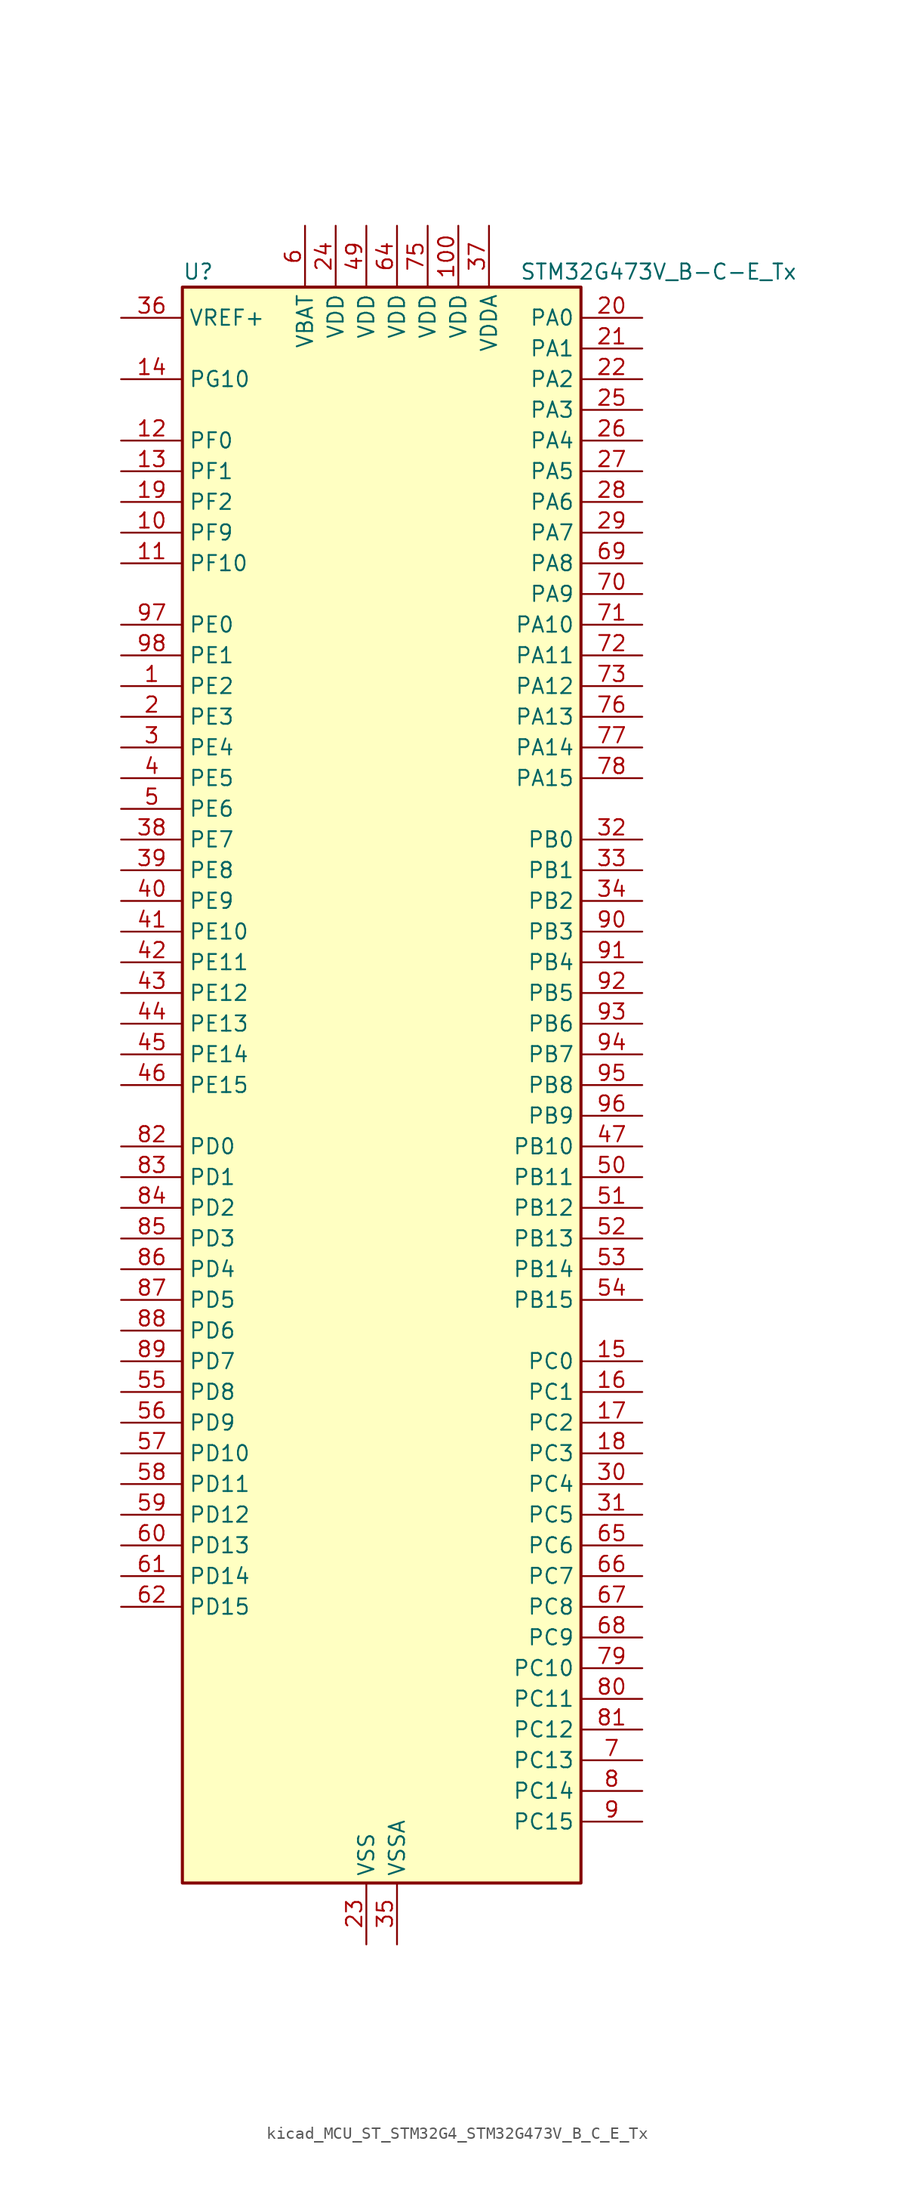
<source format=kicad_sym>
(kicad_symbol_lib
  (version 20220914)
  (generator kicad_symbol_editor)
  (symbol "kicad_MCU_ST_STM32G4_STM32G473V_B_C_E_Tx"
    (property "Reference" "U"
      (at -15.24 67.31 0)
      (effects (font (size 1.27 1.27)) (justify left)))
    (property "Value" "STM32G473V_B-C-E_Tx"
      (at 12.7 67.31 0)
      (effects (font (size 1.27 1.27)) (justify left)))
    (property "ki_locked" ""
      (at 0 0 0)
      (effects (font (size 1.27 1.27))))
    (symbol "kicad_MCU_ST_STM32G4_STM32G473V_B_C_E_Tx_0_1"
      (rectangle (start -15.24 -66.04) (end 17.78 66.04) (stroke (width 0.254) (type default)) (fill (type background))))
    (symbol "kicad_MCU_ST_STM32G4_STM32G473V_B_C_E_Tx_1_1"
      (pin bidirectional line (at -20.32 33.02 0) (length 5.08) (name "PE2" (effects (font (size 1.27 1.27)))) (number "1" (effects (font (size 1.27 1.27)))) (alternate "ADC3_EXTI2" bidirectional line) (alternate "ADC4_EXTI2" bidirectional line) (alternate "ADC5_EXTI2" bidirectional line) (alternate "FMC_A23" bidirectional line) (alternate "SAI1_CK1" bidirectional line) (alternate "SAI1_MCLK_A" bidirectional line) (alternate "SPI4_SCK" bidirectional line) (alternate "SYS_TRACECLK" bidirectional line) (alternate "TIM20_CH1" bidirectional line) (alternate "TIM3_CH1" bidirectional line))
      (pin bidirectional line (at -20.32 45.72 0) (length 5.08) (name "PF9" (effects (font (size 1.27 1.27)))) (number "10" (effects (font (size 1.27 1.27)))) (alternate "DAC1_EXTI9" bidirectional line) (alternate "DAC2_EXTI9" bidirectional line) (alternate "DAC3_EXTI9" bidirectional line) (alternate "DAC4_EXTI9" bidirectional line) (alternate "FMC_A25" bidirectional line) (alternate "QUADSPI1_BK1_IO1" bidirectional line) (alternate "SAI1_FS_B" bidirectional line) (alternate "SPI2_SCK" bidirectional line) (alternate "TIM15_CH1" bidirectional line) (alternate "TIM20_BKIN" bidirectional line) (alternate "TIM5_CH4" bidirectional line))
      (pin power_in line (at 7.62 71.12 270) (length 5.08) (name "VDD" (effects (font (size 1.27 1.27)))) (number "100" (effects (font (size 1.27 1.27)))))
      (pin bidirectional line (at -20.32 43.18 0) (length 5.08) (name "PF10" (effects (font (size 1.27 1.27)))) (number "11" (effects (font (size 1.27 1.27)))) (alternate "DAC1_EXTI10" bidirectional line) (alternate "DAC2_EXTI10" bidirectional line) (alternate "DAC3_EXTI10" bidirectional line) (alternate "DAC4_EXTI10" bidirectional line) (alternate "FMC_A0" bidirectional line) (alternate "QUADSPI1_CLK" bidirectional line) (alternate "SAI1_D3" bidirectional line) (alternate "SPI2_SCK" bidirectional line) (alternate "TIM15_CH2" bidirectional line) (alternate "TIM20_BKIN2" bidirectional line))
      (pin bidirectional line (at -20.32 53.34 0) (length 5.08) (name "PF0" (effects (font (size 1.27 1.27)))) (number "12" (effects (font (size 1.27 1.27)))) (alternate "ADC1_IN10" bidirectional line) (alternate "I2C2_SDA" bidirectional line) (alternate "I2S2_WS" bidirectional line) (alternate "RCC_OSC_IN" bidirectional line) (alternate "SPI2_NSS" bidirectional line) (alternate "TIM1_CH3N" bidirectional line))
      (pin bidirectional line (at -20.32 50.8 0) (length 5.08) (name "PF1" (effects (font (size 1.27 1.27)))) (number "13" (effects (font (size 1.27 1.27)))) (alternate "ADC2_IN10" bidirectional line) (alternate "COMP3_INM" bidirectional line) (alternate "I2S2_CK" bidirectional line) (alternate "RCC_OSC_OUT" bidirectional line) (alternate "SPI2_SCK" bidirectional line))
      (pin bidirectional line (at -20.32 58.42 0) (length 5.08) (name "PG10" (effects (font (size 1.27 1.27)))) (number "14" (effects (font (size 1.27 1.27)))) (alternate "DAC1_EXTI10" bidirectional line) (alternate "DAC2_EXTI10" bidirectional line) (alternate "DAC3_EXTI10" bidirectional line) (alternate "DAC4_EXTI10" bidirectional line) (alternate "RCC_MCO" bidirectional line))
      (pin bidirectional line (at 22.86 -22.86 180) (length 5.08) (name "PC0" (effects (font (size 1.27 1.27)))) (number "15" (effects (font (size 1.27 1.27)))) (alternate "ADC1_IN6" bidirectional line) (alternate "ADC2_IN6" bidirectional line) (alternate "COMP3_INM" bidirectional line) (alternate "LPTIM1_IN1" bidirectional line) (alternate "LPUART1_RX" bidirectional line) (alternate "TIM1_CH1" bidirectional line))
      (pin bidirectional line (at 22.86 -25.4 180) (length 5.08) (name "PC1" (effects (font (size 1.27 1.27)))) (number "16" (effects (font (size 1.27 1.27)))) (alternate "ADC1_IN7" bidirectional line) (alternate "ADC2_IN7" bidirectional line) (alternate "COMP3_INP" bidirectional line) (alternate "LPTIM1_OUT" bidirectional line) (alternate "LPUART1_TX" bidirectional line) (alternate "QUADSPI1_BK2_IO0" bidirectional line) (alternate "SAI1_SD_A" bidirectional line) (alternate "TIM1_CH2" bidirectional line))
      (pin bidirectional line (at 22.86 -27.94 180) (length 5.08) (name "PC2" (effects (font (size 1.27 1.27)))) (number "17" (effects (font (size 1.27 1.27)))) (alternate "ADC1_IN8" bidirectional line) (alternate "ADC2_IN8" bidirectional line) (alternate "ADC3_EXTI2" bidirectional line) (alternate "ADC4_EXTI2" bidirectional line) (alternate "ADC5_EXTI2" bidirectional line) (alternate "COMP3_OUT" bidirectional line) (alternate "LPTIM1_IN2" bidirectional line) (alternate "QUADSPI1_BK2_IO1" bidirectional line) (alternate "TIM1_CH3" bidirectional line) (alternate "TIM20_CH2" bidirectional line))
      (pin bidirectional line (at 22.86 -30.48 180) (length 5.08) (name "PC3" (effects (font (size 1.27 1.27)))) (number "18" (effects (font (size 1.27 1.27)))) (alternate "ADC1_IN9" bidirectional line) (alternate "ADC2_IN9" bidirectional line) (alternate "ADC3_EXTI3" bidirectional line) (alternate "ADC4_EXTI3" bidirectional line) (alternate "ADC5_EXTI3" bidirectional line) (alternate "LPTIM1_ETR" bidirectional line) (alternate "OPAMP5_VINP" bidirectional line) (alternate "OPAMP5_VINP_SEC" bidirectional line) (alternate "QUADSPI1_BK2_IO2" bidirectional line) (alternate "SAI1_D1" bidirectional line) (alternate "SAI1_SD_A" bidirectional line) (alternate "TIM1_BKIN2" bidirectional line) (alternate "TIM1_CH4" bidirectional line))
      (pin bidirectional line (at -20.32 48.26 0) (length 5.08) (name "PF2" (effects (font (size 1.27 1.27)))) (number "19" (effects (font (size 1.27 1.27)))) (alternate "ADC3_EXTI2" bidirectional line) (alternate "ADC4_EXTI2" bidirectional line) (alternate "ADC5_EXTI2" bidirectional line) (alternate "FMC_A2" bidirectional line) (alternate "I2C2_SMBA" bidirectional line) (alternate "TIM20_CH3" bidirectional line))
      (pin bidirectional line (at -20.32 30.48 0) (length 5.08) (name "PE3" (effects (font (size 1.27 1.27)))) (number "2" (effects (font (size 1.27 1.27)))) (alternate "ADC3_EXTI3" bidirectional line) (alternate "ADC4_EXTI3" bidirectional line) (alternate "ADC5_EXTI3" bidirectional line) (alternate "FMC_A19" bidirectional line) (alternate "SAI1_SD_B" bidirectional line) (alternate "SPI4_NSS" bidirectional line) (alternate "SYS_TRACED0" bidirectional line) (alternate "TIM20_CH2" bidirectional line) (alternate "TIM3_CH2" bidirectional line))
      (pin bidirectional line (at 22.86 63.5 180) (length 5.08) (name "PA0" (effects (font (size 1.27 1.27)))) (number "20" (effects (font (size 1.27 1.27)))) (alternate "ADC1_IN1" bidirectional line) (alternate "ADC2_IN1" bidirectional line) (alternate "COMP1_INM" bidirectional line) (alternate "COMP1_OUT" bidirectional line) (alternate "COMP3_INP" bidirectional line) (alternate "RTC_TAMP2" bidirectional line) (alternate "SYS_WKUP1" bidirectional line) (alternate "TIM2_CH1" bidirectional line) (alternate "TIM2_ETR" bidirectional line) (alternate "TIM5_CH1" bidirectional line) (alternate "TIM8_BKIN" bidirectional line) (alternate "TIM8_ETR" bidirectional line) (alternate "USART2_CTS" bidirectional line) (alternate "USART2_NSS" bidirectional line))
      (pin bidirectional line (at 22.86 60.96 180) (length 5.08) (name "PA1" (effects (font (size 1.27 1.27)))) (number "21" (effects (font (size 1.27 1.27)))) (alternate "ADC1_IN2" bidirectional line) (alternate "ADC2_IN2" bidirectional line) (alternate "COMP1_INP" bidirectional line) (alternate "OPAMP1_VINP" bidirectional line) (alternate "OPAMP1_VINP_SEC" bidirectional line) (alternate "OPAMP3_VINP" bidirectional line) (alternate "OPAMP3_VINP_SEC" bidirectional line) (alternate "OPAMP6_VINM" bidirectional line) (alternate "OPAMP6_VINM0" bidirectional line) (alternate "OPAMP6_VINM_SEC" bidirectional line) (alternate "RTC_REFIN" bidirectional line) (alternate "TIM15_CH1N" bidirectional line) (alternate "TIM2_CH2" bidirectional line) (alternate "TIM5_CH2" bidirectional line) (alternate "USART2_DE" bidirectional line) (alternate "USART2_RTS" bidirectional line))
      (pin bidirectional line (at 22.86 58.42 180) (length 5.08) (name "PA2" (effects (font (size 1.27 1.27)))) (number "22" (effects (font (size 1.27 1.27)))) (alternate "ADC1_IN3" bidirectional line) (alternate "ADC3_EXTI2" bidirectional line) (alternate "ADC4_EXTI2" bidirectional line) (alternate "ADC5_EXTI2" bidirectional line) (alternate "COMP2_INM" bidirectional line) (alternate "COMP2_OUT" bidirectional line) (alternate "LPUART1_TX" bidirectional line) (alternate "OPAMP1_VOUT" bidirectional line) (alternate "QUADSPI1_BK1_NCS" bidirectional line) (alternate "RCC_LSCO" bidirectional line) (alternate "SYS_WKUP4" bidirectional line) (alternate "TIM15_CH1" bidirectional line) (alternate "TIM2_CH3" bidirectional line) (alternate "TIM5_CH3" bidirectional line) (alternate "UCPD1_FRSTX1" bidirectional line) (alternate "UCPD1_FRSTX2" bidirectional line) (alternate "USART2_TX" bidirectional line))
      (pin power_in line (at 0 -71.12 90) (length 5.08) (name "VSS" (effects (font (size 1.27 1.27)))) (number "23" (effects (font (size 1.27 1.27)))))
      (pin power_in line (at -2.54 71.12 270) (length 5.08) (name "VDD" (effects (font (size 1.27 1.27)))) (number "24" (effects (font (size 1.27 1.27)))))
      (pin bidirectional line (at 22.86 55.88 180) (length 5.08) (name "PA3" (effects (font (size 1.27 1.27)))) (number "25" (effects (font (size 1.27 1.27)))) (alternate "ADC1_IN4" bidirectional line) (alternate "ADC3_EXTI3" bidirectional line) (alternate "ADC4_EXTI3" bidirectional line) (alternate "ADC5_EXTI3" bidirectional line) (alternate "COMP2_INP" bidirectional line) (alternate "LPUART1_RX" bidirectional line) (alternate "OPAMP1_VINM" bidirectional line) (alternate "OPAMP1_VINM0" bidirectional line) (alternate "OPAMP1_VINM_SEC" bidirectional line) (alternate "OPAMP1_VINP" bidirectional line) (alternate "OPAMP1_VINP_SEC" bidirectional line) (alternate "OPAMP5_VINM" bidirectional line) (alternate "OPAMP5_VINM1" bidirectional line) (alternate "OPAMP5_VINM_SEC" bidirectional line) (alternate "QUADSPI1_CLK" bidirectional line) (alternate "SAI1_CK1" bidirectional line) (alternate "SAI1_MCLK_A" bidirectional line) (alternate "TIM15_CH2" bidirectional line) (alternate "TIM2_CH4" bidirectional line) (alternate "TIM5_CH4" bidirectional line) (alternate "USART2_RX" bidirectional line))
      (pin bidirectional line (at 22.86 53.34 180) (length 5.08) (name "PA4" (effects (font (size 1.27 1.27)))) (number "26" (effects (font (size 1.27 1.27)))) (alternate "ADC2_IN17" bidirectional line) (alternate "COMP1_INM" bidirectional line) (alternate "DAC1_OUT1" bidirectional line) (alternate "I2S3_WS" bidirectional line) (alternate "SAI1_FS_B" bidirectional line) (alternate "SPI1_NSS" bidirectional line) (alternate "SPI3_NSS" bidirectional line) (alternate "TIM3_CH2" bidirectional line) (alternate "USART2_CK" bidirectional line))
      (pin bidirectional line (at 22.86 50.8 180) (length 5.08) (name "PA5" (effects (font (size 1.27 1.27)))) (number "27" (effects (font (size 1.27 1.27)))) (alternate "ADC2_IN13" bidirectional line) (alternate "COMP2_INM" bidirectional line) (alternate "DAC1_OUT2" bidirectional line) (alternate "OPAMP2_VINM" bidirectional line) (alternate "OPAMP2_VINM0" bidirectional line) (alternate "OPAMP2_VINM_SEC" bidirectional line) (alternate "SPI1_SCK" bidirectional line) (alternate "TIM2_CH1" bidirectional line) (alternate "TIM2_ETR" bidirectional line) (alternate "UCPD1_FRSTX1" bidirectional line) (alternate "UCPD1_FRSTX2" bidirectional line))
      (pin bidirectional line (at 22.86 48.26 180) (length 5.08) (name "PA6" (effects (font (size 1.27 1.27)))) (number "28" (effects (font (size 1.27 1.27)))) (alternate "ADC2_IN3" bidirectional line) (alternate "COMP1_OUT" bidirectional line) (alternate "DAC2_OUT1" bidirectional line) (alternate "LPUART1_CTS" bidirectional line) (alternate "OPAMP2_VOUT" bidirectional line) (alternate "QUADSPI1_BK1_IO3" bidirectional line) (alternate "SPI1_MISO" bidirectional line) (alternate "TIM16_CH1" bidirectional line) (alternate "TIM1_BKIN" bidirectional line) (alternate "TIM3_CH1" bidirectional line) (alternate "TIM8_BKIN" bidirectional line))
      (pin bidirectional line (at 22.86 45.72 180) (length 5.08) (name "PA7" (effects (font (size 1.27 1.27)))) (number "29" (effects (font (size 1.27 1.27)))) (alternate "ADC2_IN4" bidirectional line) (alternate "COMP2_INP" bidirectional line) (alternate "COMP2_OUT" bidirectional line) (alternate "OPAMP1_VINP" bidirectional line) (alternate "OPAMP1_VINP_SEC" bidirectional line) (alternate "OPAMP2_VINP" bidirectional line) (alternate "OPAMP2_VINP_SEC" bidirectional line) (alternate "QUADSPI1_BK1_IO2" bidirectional line) (alternate "SPI1_MOSI" bidirectional line) (alternate "TIM17_CH1" bidirectional line) (alternate "TIM1_CH1N" bidirectional line) (alternate "TIM3_CH2" bidirectional line) (alternate "TIM8_CH1N" bidirectional line) (alternate "UCPD1_FRSTX1" bidirectional line) (alternate "UCPD1_FRSTX2" bidirectional line))
      (pin bidirectional line (at -20.32 27.94 0) (length 5.08) (name "PE4" (effects (font (size 1.27 1.27)))) (number "3" (effects (font (size 1.27 1.27)))) (alternate "FMC_A20" bidirectional line) (alternate "SAI1_D2" bidirectional line) (alternate "SAI1_FS_A" bidirectional line) (alternate "SPI4_NSS" bidirectional line) (alternate "SYS_TRACED1" bidirectional line) (alternate "TIM20_CH1N" bidirectional line) (alternate "TIM3_CH3" bidirectional line))
      (pin bidirectional line (at 22.86 -33.02 180) (length 5.08) (name "PC4" (effects (font (size 1.27 1.27)))) (number "30" (effects (font (size 1.27 1.27)))) (alternate "ADC2_IN5" bidirectional line) (alternate "I2C2_SCL" bidirectional line) (alternate "QUADSPI1_BK2_IO3" bidirectional line) (alternate "TIM1_ETR" bidirectional line) (alternate "USART1_TX" bidirectional line))
      (pin bidirectional line (at 22.86 -35.56 180) (length 5.08) (name "PC5" (effects (font (size 1.27 1.27)))) (number "31" (effects (font (size 1.27 1.27)))) (alternate "ADC2_IN11" bidirectional line) (alternate "OPAMP1_VINM" bidirectional line) (alternate "OPAMP1_VINM1" bidirectional line) (alternate "OPAMP1_VINM_SEC" bidirectional line) (alternate "OPAMP2_VINM" bidirectional line) (alternate "OPAMP2_VINM1" bidirectional line) (alternate "OPAMP2_VINM_SEC" bidirectional line) (alternate "SAI1_D3" bidirectional line) (alternate "SYS_WKUP5" bidirectional line) (alternate "TIM15_BKIN" bidirectional line) (alternate "TIM1_CH4N" bidirectional line) (alternate "USART1_RX" bidirectional line))
      (pin bidirectional line (at 22.86 20.32 180) (length 5.08) (name "PB0" (effects (font (size 1.27 1.27)))) (number "32" (effects (font (size 1.27 1.27)))) (alternate "ADC1_IN15" bidirectional line) (alternate "ADC3_IN12" bidirectional line) (alternate "COMP4_INP" bidirectional line) (alternate "OPAMP2_VINP" bidirectional line) (alternate "OPAMP2_VINP_SEC" bidirectional line) (alternate "OPAMP3_VINP" bidirectional line) (alternate "OPAMP3_VINP_SEC" bidirectional line) (alternate "QUADSPI1_BK1_IO1" bidirectional line) (alternate "TIM1_CH2N" bidirectional line) (alternate "TIM3_CH3" bidirectional line) (alternate "TIM8_CH2N" bidirectional line) (alternate "UCPD1_FRSTX1" bidirectional line) (alternate "UCPD1_FRSTX2" bidirectional line))
      (pin bidirectional line (at 22.86 17.78 180) (length 5.08) (name "PB1" (effects (font (size 1.27 1.27)))) (number "33" (effects (font (size 1.27 1.27)))) (alternate "ADC1_IN12" bidirectional line) (alternate "ADC3_IN1" bidirectional line) (alternate "COMP1_INP" bidirectional line) (alternate "COMP4_OUT" bidirectional line) (alternate "LPUART1_DE" bidirectional line) (alternate "LPUART1_RTS" bidirectional line) (alternate "OPAMP3_VOUT" bidirectional line) (alternate "OPAMP6_VINM" bidirectional line) (alternate "OPAMP6_VINM1" bidirectional line) (alternate "OPAMP6_VINM_SEC" bidirectional line) (alternate "QUADSPI1_BK1_IO0" bidirectional line) (alternate "TIM1_CH3N" bidirectional line) (alternate "TIM3_CH4" bidirectional line) (alternate "TIM8_CH3N" bidirectional line))
      (pin bidirectional line (at 22.86 15.24 180) (length 5.08) (name "PB2" (effects (font (size 1.27 1.27)))) (number "34" (effects (font (size 1.27 1.27)))) (alternate "ADC2_IN12" bidirectional line) (alternate "ADC3_EXTI2" bidirectional line) (alternate "ADC4_EXTI2" bidirectional line) (alternate "ADC5_EXTI2" bidirectional line) (alternate "COMP4_INM" bidirectional line) (alternate "I2C3_SMBA" bidirectional line) (alternate "LPTIM1_OUT" bidirectional line) (alternate "OPAMP3_VINM" bidirectional line) (alternate "OPAMP3_VINM0" bidirectional line) (alternate "OPAMP3_VINM_SEC" bidirectional line) (alternate "QUADSPI1_BK2_IO1" bidirectional line) (alternate "RTC_OUT2" bidirectional line) (alternate "TIM20_CH1" bidirectional line) (alternate "TIM5_CH1" bidirectional line))
      (pin power_in line (at 2.54 -71.12 90) (length 5.08) (name "VSSA" (effects (font (size 1.27 1.27)))) (number "35" (effects (font (size 1.27 1.27)))))
      (pin input line (at -20.32 63.5 0) (length 5.08) (name "VREF+" (effects (font (size 1.27 1.27)))) (number "36" (effects (font (size 1.27 1.27)))) (alternate "VREFBUF_OUT" bidirectional line))
      (pin power_in line (at 10.16 71.12 270) (length 5.08) (name "VDDA" (effects (font (size 1.27 1.27)))) (number "37" (effects (font (size 1.27 1.27)))))
      (pin bidirectional line (at -20.32 20.32 0) (length 5.08) (name "PE7" (effects (font (size 1.27 1.27)))) (number "38" (effects (font (size 1.27 1.27)))) (alternate "ADC3_IN4" bidirectional line) (alternate "COMP4_INP" bidirectional line) (alternate "FMC_D4" bidirectional line) (alternate "FMC_DA4" bidirectional line) (alternate "SAI1_SD_B" bidirectional line) (alternate "TIM1_ETR" bidirectional line))
      (pin bidirectional line (at -20.32 17.78 0) (length 5.08) (name "PE8" (effects (font (size 1.27 1.27)))) (number "39" (effects (font (size 1.27 1.27)))) (alternate "ADC3_IN6" bidirectional line) (alternate "ADC4_IN6" bidirectional line) (alternate "ADC5_IN6" bidirectional line) (alternate "COMP4_INM" bidirectional line) (alternate "FMC_D5" bidirectional line) (alternate "FMC_DA5" bidirectional line) (alternate "SAI1_SCK_B" bidirectional line) (alternate "TIM1_CH1N" bidirectional line) (alternate "TIM5_CH3" bidirectional line))
      (pin bidirectional line (at -20.32 25.4 0) (length 5.08) (name "PE5" (effects (font (size 1.27 1.27)))) (number "4" (effects (font (size 1.27 1.27)))) (alternate "FMC_A21" bidirectional line) (alternate "SAI1_CK2" bidirectional line) (alternate "SAI1_SCK_A" bidirectional line) (alternate "SPI4_MISO" bidirectional line) (alternate "SYS_TRACED2" bidirectional line) (alternate "TIM20_CH2N" bidirectional line) (alternate "TIM3_CH4" bidirectional line))
      (pin bidirectional line (at -20.32 15.24 0) (length 5.08) (name "PE9" (effects (font (size 1.27 1.27)))) (number "40" (effects (font (size 1.27 1.27)))) (alternate "ADC3_IN2" bidirectional line) (alternate "DAC1_EXTI9" bidirectional line) (alternate "DAC2_EXTI9" bidirectional line) (alternate "DAC3_EXTI9" bidirectional line) (alternate "DAC4_EXTI9" bidirectional line) (alternate "FMC_D6" bidirectional line) (alternate "FMC_DA6" bidirectional line) (alternate "SAI1_FS_B" bidirectional line) (alternate "TIM1_CH1" bidirectional line) (alternate "TIM5_CH4" bidirectional line))
      (pin bidirectional line (at -20.32 12.7 0) (length 5.08) (name "PE10" (effects (font (size 1.27 1.27)))) (number "41" (effects (font (size 1.27 1.27)))) (alternate "ADC3_IN14" bidirectional line) (alternate "ADC4_IN14" bidirectional line) (alternate "ADC5_IN14" bidirectional line) (alternate "DAC1_EXTI10" bidirectional line) (alternate "DAC2_EXTI10" bidirectional line) (alternate "DAC3_EXTI10" bidirectional line) (alternate "DAC4_EXTI10" bidirectional line) (alternate "FMC_D7" bidirectional line) (alternate "FMC_DA7" bidirectional line) (alternate "QUADSPI1_CLK" bidirectional line) (alternate "SAI1_MCLK_B" bidirectional line) (alternate "TIM1_CH2N" bidirectional line))
      (pin bidirectional line (at -20.32 10.16 0) (length 5.08) (name "PE11" (effects (font (size 1.27 1.27)))) (number "42" (effects (font (size 1.27 1.27)))) (alternate "ADC1_EXTI11" bidirectional line) (alternate "ADC2_EXTI11" bidirectional line) (alternate "ADC3_IN15" bidirectional line) (alternate "ADC4_IN15" bidirectional line) (alternate "ADC5_IN15" bidirectional line) (alternate "FMC_D8" bidirectional line) (alternate "FMC_DA8" bidirectional line) (alternate "QUADSPI1_BK1_NCS" bidirectional line) (alternate "SPI4_NSS" bidirectional line) (alternate "TIM1_CH2" bidirectional line))
      (pin bidirectional line (at -20.32 7.62 0) (length 5.08) (name "PE12" (effects (font (size 1.27 1.27)))) (number "43" (effects (font (size 1.27 1.27)))) (alternate "ADC3_IN16" bidirectional line) (alternate "ADC4_IN16" bidirectional line) (alternate "ADC5_IN16" bidirectional line) (alternate "FMC_D9" bidirectional line) (alternate "FMC_DA9" bidirectional line) (alternate "QUADSPI1_BK1_IO0" bidirectional line) (alternate "SPI4_SCK" bidirectional line) (alternate "TIM1_CH3N" bidirectional line))
      (pin bidirectional line (at -20.32 5.08 0) (length 5.08) (name "PE13" (effects (font (size 1.27 1.27)))) (number "44" (effects (font (size 1.27 1.27)))) (alternate "ADC3_IN3" bidirectional line) (alternate "FMC_D10" bidirectional line) (alternate "FMC_DA10" bidirectional line) (alternate "QUADSPI1_BK1_IO1" bidirectional line) (alternate "SPI4_MISO" bidirectional line) (alternate "TIM1_CH3" bidirectional line))
      (pin bidirectional line (at -20.32 2.54 0) (length 5.08) (name "PE14" (effects (font (size 1.27 1.27)))) (number "45" (effects (font (size 1.27 1.27)))) (alternate "ADC4_IN1" bidirectional line) (alternate "FMC_D11" bidirectional line) (alternate "FMC_DA11" bidirectional line) (alternate "QUADSPI1_BK1_IO2" bidirectional line) (alternate "SPI4_MOSI" bidirectional line) (alternate "TIM1_BKIN2" bidirectional line) (alternate "TIM1_CH4" bidirectional line))
      (pin bidirectional line (at -20.32 0 0) (length 5.08) (name "PE15" (effects (font (size 1.27 1.27)))) (number "46" (effects (font (size 1.27 1.27)))) (alternate "ADC1_EXTI15" bidirectional line) (alternate "ADC2_EXTI15" bidirectional line) (alternate "ADC4_IN2" bidirectional line) (alternate "FMC_D12" bidirectional line) (alternate "FMC_DA12" bidirectional line) (alternate "QUADSPI1_BK1_IO3" bidirectional line) (alternate "TIM1_BKIN" bidirectional line) (alternate "TIM1_CH4N" bidirectional line) (alternate "USART3_RX" bidirectional line))
      (pin bidirectional line (at 22.86 -5.08 180) (length 5.08) (name "PB10" (effects (font (size 1.27 1.27)))) (number "47" (effects (font (size 1.27 1.27)))) (alternate "COMP5_INM" bidirectional line) (alternate "DAC1_EXTI10" bidirectional line) (alternate "DAC2_EXTI10" bidirectional line) (alternate "DAC3_EXTI10" bidirectional line) (alternate "DAC4_EXTI10" bidirectional line) (alternate "LPUART1_RX" bidirectional line) (alternate "OPAMP3_VINM" bidirectional line) (alternate "OPAMP3_VINM1" bidirectional line) (alternate "OPAMP3_VINM_SEC" bidirectional line) (alternate "OPAMP4_VINM" bidirectional line) (alternate "OPAMP4_VINM0" bidirectional line) (alternate "OPAMP4_VINM_SEC" bidirectional line) (alternate "QUADSPI1_CLK" bidirectional line) (alternate "SAI1_SCK_A" bidirectional line) (alternate "TIM1_BKIN" bidirectional line) (alternate "TIM2_CH3" bidirectional line) (alternate "USART3_TX" bidirectional line))
      (pin passive line (at 0 -71.12 90) (length 5.08) hide (name "VSS" (effects (font (size 1.27 1.27)))) (number "48" (effects (font (size 1.27 1.27)))))
      (pin power_in line (at 0 71.12 270) (length 5.08) (name "VDD" (effects (font (size 1.27 1.27)))) (number "49" (effects (font (size 1.27 1.27)))))
      (pin bidirectional line (at -20.32 22.86 0) (length 5.08) (name "PE6" (effects (font (size 1.27 1.27)))) (number "5" (effects (font (size 1.27 1.27)))) (alternate "FMC_A22" bidirectional line) (alternate "RTC_TAMP3" bidirectional line) (alternate "SAI1_D1" bidirectional line) (alternate "SAI1_SD_A" bidirectional line) (alternate "SPI4_MOSI" bidirectional line) (alternate "SYS_TRACED3" bidirectional line) (alternate "SYS_WKUP3" bidirectional line) (alternate "TIM20_CH3N" bidirectional line))
      (pin bidirectional line (at 22.86 -7.62 180) (length 5.08) (name "PB11" (effects (font (size 1.27 1.27)))) (number "50" (effects (font (size 1.27 1.27)))) (alternate "ADC1_EXTI11" bidirectional line) (alternate "ADC1_IN14" bidirectional line) (alternate "ADC2_EXTI11" bidirectional line) (alternate "ADC2_IN14" bidirectional line) (alternate "COMP6_INP" bidirectional line) (alternate "LPUART1_TX" bidirectional line) (alternate "OPAMP4_VINP" bidirectional line) (alternate "OPAMP4_VINP_SEC" bidirectional line) (alternate "OPAMP6_VOUT" bidirectional line) (alternate "QUADSPI1_BK1_NCS" bidirectional line) (alternate "TIM2_CH4" bidirectional line) (alternate "USART3_RX" bidirectional line))
      (pin bidirectional line (at 22.86 -10.16 180) (length 5.08) (name "PB12" (effects (font (size 1.27 1.27)))) (number "51" (effects (font (size 1.27 1.27)))) (alternate "ADC1_IN11" bidirectional line) (alternate "ADC4_IN3" bidirectional line) (alternate "COMP7_INM" bidirectional line) (alternate "FDCAN2_RX" bidirectional line) (alternate "I2C2_SMBA" bidirectional line) (alternate "I2S2_WS" bidirectional line) (alternate "LPUART1_DE" bidirectional line) (alternate "LPUART1_RTS" bidirectional line) (alternate "OPAMP4_VOUT" bidirectional line) (alternate "OPAMP6_VINP" bidirectional line) (alternate "OPAMP6_VINP_SEC" bidirectional line) (alternate "SPI2_NSS" bidirectional line) (alternate "TIM1_BKIN" bidirectional line) (alternate "TIM5_ETR" bidirectional line) (alternate "USART3_CK" bidirectional line))
      (pin bidirectional line (at 22.86 -12.7 180) (length 5.08) (name "PB13" (effects (font (size 1.27 1.27)))) (number "52" (effects (font (size 1.27 1.27)))) (alternate "ADC3_IN5" bidirectional line) (alternate "COMP5_INP" bidirectional line) (alternate "FDCAN2_TX" bidirectional line) (alternate "I2S2_CK" bidirectional line) (alternate "LPUART1_CTS" bidirectional line) (alternate "OPAMP3_VINP" bidirectional line) (alternate "OPAMP3_VINP_SEC" bidirectional line) (alternate "OPAMP4_VINP" bidirectional line) (alternate "OPAMP4_VINP_SEC" bidirectional line) (alternate "OPAMP6_VINP" bidirectional line) (alternate "OPAMP6_VINP_SEC" bidirectional line) (alternate "SPI2_SCK" bidirectional line) (alternate "TIM1_CH1N" bidirectional line) (alternate "USART3_CTS" bidirectional line) (alternate "USART3_NSS" bidirectional line))
      (pin bidirectional line (at 22.86 -15.24 180) (length 5.08) (name "PB14" (effects (font (size 1.27 1.27)))) (number "53" (effects (font (size 1.27 1.27)))) (alternate "ADC1_IN5" bidirectional line) (alternate "ADC4_IN4" bidirectional line) (alternate "COMP4_OUT" bidirectional line) (alternate "COMP7_INP" bidirectional line) (alternate "OPAMP2_VINP" bidirectional line) (alternate "OPAMP2_VINP_SEC" bidirectional line) (alternate "OPAMP5_VINP" bidirectional line) (alternate "OPAMP5_VINP_SEC" bidirectional line) (alternate "SPI2_MISO" bidirectional line) (alternate "TIM15_CH1" bidirectional line) (alternate "TIM1_CH2N" bidirectional line) (alternate "USART3_DE" bidirectional line) (alternate "USART3_RTS" bidirectional line))
      (pin bidirectional line (at 22.86 -17.78 180) (length 5.08) (name "PB15" (effects (font (size 1.27 1.27)))) (number "54" (effects (font (size 1.27 1.27)))) (alternate "ADC1_EXTI15" bidirectional line) (alternate "ADC2_EXTI15" bidirectional line) (alternate "ADC2_IN15" bidirectional line) (alternate "ADC4_IN5" bidirectional line) (alternate "COMP3_OUT" bidirectional line) (alternate "COMP6_INM" bidirectional line) (alternate "I2S2_SD" bidirectional line) (alternate "OPAMP5_VINM" bidirectional line) (alternate "OPAMP5_VINM0" bidirectional line) (alternate "OPAMP5_VINM_SEC" bidirectional line) (alternate "RTC_REFIN" bidirectional line) (alternate "SPI2_MOSI" bidirectional line) (alternate "TIM15_CH1N" bidirectional line) (alternate "TIM15_CH2" bidirectional line) (alternate "TIM1_CH3N" bidirectional line))
      (pin bidirectional line (at -20.32 -25.4 0) (length 5.08) (name "PD8" (effects (font (size 1.27 1.27)))) (number "55" (effects (font (size 1.27 1.27)))) (alternate "ADC4_IN12" bidirectional line) (alternate "ADC5_IN12" bidirectional line) (alternate "FMC_D13" bidirectional line) (alternate "FMC_DA13" bidirectional line) (alternate "OPAMP4_VINM" bidirectional line) (alternate "OPAMP4_VINM1" bidirectional line) (alternate "OPAMP4_VINM_SEC" bidirectional line) (alternate "USART3_TX" bidirectional line))
      (pin bidirectional line (at -20.32 -27.94 0) (length 5.08) (name "PD9" (effects (font (size 1.27 1.27)))) (number "56" (effects (font (size 1.27 1.27)))) (alternate "ADC4_IN13" bidirectional line) (alternate "ADC5_IN13" bidirectional line) (alternate "DAC1_EXTI9" bidirectional line) (alternate "DAC2_EXTI9" bidirectional line) (alternate "DAC3_EXTI9" bidirectional line) (alternate "DAC4_EXTI9" bidirectional line) (alternate "FMC_D14" bidirectional line) (alternate "FMC_DA14" bidirectional line) (alternate "OPAMP6_VINP" bidirectional line) (alternate "OPAMP6_VINP_SEC" bidirectional line) (alternate "USART3_RX" bidirectional line))
      (pin bidirectional line (at -20.32 -30.48 0) (length 5.08) (name "PD10" (effects (font (size 1.27 1.27)))) (number "57" (effects (font (size 1.27 1.27)))) (alternate "ADC3_IN7" bidirectional line) (alternate "ADC4_IN7" bidirectional line) (alternate "ADC5_IN7" bidirectional line) (alternate "COMP6_INM" bidirectional line) (alternate "DAC1_EXTI10" bidirectional line) (alternate "DAC2_EXTI10" bidirectional line) (alternate "DAC3_EXTI10" bidirectional line) (alternate "DAC4_EXTI10" bidirectional line) (alternate "FMC_D15" bidirectional line) (alternate "FMC_DA15" bidirectional line) (alternate "USART3_CK" bidirectional line))
      (pin bidirectional line (at -20.32 -33.02 0) (length 5.08) (name "PD11" (effects (font (size 1.27 1.27)))) (number "58" (effects (font (size 1.27 1.27)))) (alternate "ADC1_EXTI11" bidirectional line) (alternate "ADC2_EXTI11" bidirectional line) (alternate "ADC3_IN8" bidirectional line) (alternate "ADC4_IN8" bidirectional line) (alternate "ADC5_IN8" bidirectional line) (alternate "COMP6_INP" bidirectional line) (alternate "FMC_A16" bidirectional line) (alternate "FMC_CLE" bidirectional line) (alternate "I2C4_SMBA" bidirectional line) (alternate "OPAMP4_VINP" bidirectional line) (alternate "OPAMP4_VINP_SEC" bidirectional line) (alternate "TIM5_ETR" bidirectional line) (alternate "USART3_CTS" bidirectional line) (alternate "USART3_NSS" bidirectional line))
      (pin bidirectional line (at -20.32 -35.56 0) (length 5.08) (name "PD12" (effects (font (size 1.27 1.27)))) (number "59" (effects (font (size 1.27 1.27)))) (alternate "ADC3_IN9" bidirectional line) (alternate "ADC4_IN9" bidirectional line) (alternate "ADC5_IN9" bidirectional line) (alternate "COMP5_INP" bidirectional line) (alternate "FMC_A17" bidirectional line) (alternate "FMC_ALE" bidirectional line) (alternate "OPAMP5_VINP" bidirectional line) (alternate "OPAMP5_VINP_SEC" bidirectional line) (alternate "TIM4_CH1" bidirectional line) (alternate "USART3_DE" bidirectional line) (alternate "USART3_RTS" bidirectional line))
      (pin power_in line (at -5.08 71.12 270) (length 5.08) (name "VBAT" (effects (font (size 1.27 1.27)))) (number "6" (effects (font (size 1.27 1.27)))))
      (pin bidirectional line (at -20.32 -38.1 0) (length 5.08) (name "PD13" (effects (font (size 1.27 1.27)))) (number "60" (effects (font (size 1.27 1.27)))) (alternate "ADC3_IN10" bidirectional line) (alternate "ADC4_IN10" bidirectional line) (alternate "ADC5_IN10" bidirectional line) (alternate "COMP5_INM" bidirectional line) (alternate "FMC_A18" bidirectional line) (alternate "TIM4_CH2" bidirectional line))
      (pin bidirectional line (at -20.32 -40.64 0) (length 5.08) (name "PD14" (effects (font (size 1.27 1.27)))) (number "61" (effects (font (size 1.27 1.27)))) (alternate "ADC3_IN11" bidirectional line) (alternate "ADC4_IN11" bidirectional line) (alternate "ADC5_IN11" bidirectional line) (alternate "COMP7_INP" bidirectional line) (alternate "FMC_D0" bidirectional line) (alternate "FMC_DA0" bidirectional line) (alternate "OPAMP2_VINP" bidirectional line) (alternate "OPAMP2_VINP_SEC" bidirectional line) (alternate "TIM4_CH3" bidirectional line))
      (pin bidirectional line (at -20.32 -43.18 0) (length 5.08) (name "PD15" (effects (font (size 1.27 1.27)))) (number "62" (effects (font (size 1.27 1.27)))) (alternate "ADC1_EXTI15" bidirectional line) (alternate "ADC2_EXTI15" bidirectional line) (alternate "COMP7_INM" bidirectional line) (alternate "FMC_D1" bidirectional line) (alternate "FMC_DA1" bidirectional line) (alternate "SPI2_NSS" bidirectional line) (alternate "TIM4_CH4" bidirectional line))
      (pin passive line (at 0 -71.12 90) (length 5.08) hide (name "VSS" (effects (font (size 1.27 1.27)))) (number "63" (effects (font (size 1.27 1.27)))))
      (pin power_in line (at 2.54 71.12 270) (length 5.08) (name "VDD" (effects (font (size 1.27 1.27)))) (number "64" (effects (font (size 1.27 1.27)))))
      (pin bidirectional line (at 22.86 -38.1 180) (length 5.08) (name "PC6" (effects (font (size 1.27 1.27)))) (number "65" (effects (font (size 1.27 1.27)))) (alternate "COMP6_OUT" bidirectional line) (alternate "I2C4_SCL" bidirectional line) (alternate "I2S2_MCK" bidirectional line) (alternate "TIM3_CH1" bidirectional line) (alternate "TIM8_CH1" bidirectional line))
      (pin bidirectional line (at 22.86 -40.64 180) (length 5.08) (name "PC7" (effects (font (size 1.27 1.27)))) (number "66" (effects (font (size 1.27 1.27)))) (alternate "COMP5_OUT" bidirectional line) (alternate "I2C4_SDA" bidirectional line) (alternate "I2S3_MCK" bidirectional line) (alternate "TIM3_CH2" bidirectional line) (alternate "TIM8_CH2" bidirectional line))
      (pin bidirectional line (at 22.86 -43.18 180) (length 5.08) (name "PC8" (effects (font (size 1.27 1.27)))) (number "67" (effects (font (size 1.27 1.27)))) (alternate "COMP7_OUT" bidirectional line) (alternate "I2C3_SCL" bidirectional line) (alternate "TIM20_CH3" bidirectional line) (alternate "TIM3_CH3" bidirectional line) (alternate "TIM8_CH3" bidirectional line))
      (pin bidirectional line (at 22.86 -45.72 180) (length 5.08) (name "PC9" (effects (font (size 1.27 1.27)))) (number "68" (effects (font (size 1.27 1.27)))) (alternate "DAC1_EXTI9" bidirectional line) (alternate "DAC2_EXTI9" bidirectional line) (alternate "DAC3_EXTI9" bidirectional line) (alternate "DAC4_EXTI9" bidirectional line) (alternate "I2C3_SDA" bidirectional line) (alternate "I2S_CKIN" bidirectional line) (alternate "TIM3_CH4" bidirectional line) (alternate "TIM8_BKIN2" bidirectional line) (alternate "TIM8_CH4" bidirectional line))
      (pin bidirectional line (at 22.86 43.18 180) (length 5.08) (name "PA8" (effects (font (size 1.27 1.27)))) (number "69" (effects (font (size 1.27 1.27)))) (alternate "ADC5_IN1" bidirectional line) (alternate "COMP7_OUT" bidirectional line) (alternate "FDCAN3_RX" bidirectional line) (alternate "I2C2_SDA" bidirectional line) (alternate "I2C3_SCL" bidirectional line) (alternate "I2S2_MCK" bidirectional line) (alternate "OPAMP5_VOUT" bidirectional line) (alternate "RCC_MCO" bidirectional line) (alternate "SAI1_CK2" bidirectional line) (alternate "SAI1_SCK_A" bidirectional line) (alternate "TIM1_CH1" bidirectional line) (alternate "TIM4_ETR" bidirectional line) (alternate "USART1_CK" bidirectional line))
      (pin bidirectional line (at 22.86 -55.88 180) (length 5.08) (name "PC13" (effects (font (size 1.27 1.27)))) (number "7" (effects (font (size 1.27 1.27)))) (alternate "RTC_OUT1" bidirectional line) (alternate "RTC_TAMP1" bidirectional line) (alternate "RTC_TS" bidirectional line) (alternate "SYS_WKUP2" bidirectional line) (alternate "TIM1_BKIN" bidirectional line) (alternate "TIM1_CH1N" bidirectional line) (alternate "TIM8_CH4N" bidirectional line))
      (pin bidirectional line (at 22.86 40.64 180) (length 5.08) (name "PA9" (effects (font (size 1.27 1.27)))) (number "70" (effects (font (size 1.27 1.27)))) (alternate "ADC5_IN2" bidirectional line) (alternate "COMP5_OUT" bidirectional line) (alternate "DAC1_EXTI9" bidirectional line) (alternate "DAC2_EXTI9" bidirectional line) (alternate "DAC3_EXTI9" bidirectional line) (alternate "DAC4_EXTI9" bidirectional line) (alternate "I2C2_SCL" bidirectional line) (alternate "I2C3_SMBA" bidirectional line) (alternate "I2S3_MCK" bidirectional line) (alternate "SAI1_FS_A" bidirectional line) (alternate "TIM15_BKIN" bidirectional line) (alternate "TIM1_CH2" bidirectional line) (alternate "TIM2_CH3" bidirectional line) (alternate "UCPD1_DBCC1" bidirectional line) (alternate "USART1_TX" bidirectional line))
      (pin bidirectional line (at 22.86 38.1 180) (length 5.08) (name "PA10" (effects (font (size 1.27 1.27)))) (number "71" (effects (font (size 1.27 1.27)))) (alternate "COMP6_OUT" bidirectional line) (alternate "CRS_SYNC" bidirectional line) (alternate "DAC1_EXTI10" bidirectional line) (alternate "DAC2_EXTI10" bidirectional line) (alternate "DAC3_EXTI10" bidirectional line) (alternate "DAC4_EXTI10" bidirectional line) (alternate "I2C2_SMBA" bidirectional line) (alternate "SAI1_D1" bidirectional line) (alternate "SAI1_SD_A" bidirectional line) (alternate "SPI2_MISO" bidirectional line) (alternate "TIM17_BKIN" bidirectional line) (alternate "TIM1_CH3" bidirectional line) (alternate "TIM2_CH4" bidirectional line) (alternate "TIM8_BKIN" bidirectional line) (alternate "UCPD1_DBCC2" bidirectional line) (alternate "USART1_RX" bidirectional line))
      (pin bidirectional line (at 22.86 35.56 180) (length 5.08) (name "PA11" (effects (font (size 1.27 1.27)))) (number "72" (effects (font (size 1.27 1.27)))) (alternate "ADC1_EXTI11" bidirectional line) (alternate "ADC2_EXTI11" bidirectional line) (alternate "COMP1_OUT" bidirectional line) (alternate "FDCAN1_RX" bidirectional line) (alternate "I2S2_SD" bidirectional line) (alternate "SPI2_MOSI" bidirectional line) (alternate "TIM1_BKIN2" bidirectional line) (alternate "TIM1_CH1N" bidirectional line) (alternate "TIM1_CH4" bidirectional line) (alternate "TIM4_CH1" bidirectional line) (alternate "USART1_CTS" bidirectional line) (alternate "USART1_NSS" bidirectional line) (alternate "USB_DM" bidirectional line))
      (pin bidirectional line (at 22.86 33.02 180) (length 5.08) (name "PA12" (effects (font (size 1.27 1.27)))) (number "73" (effects (font (size 1.27 1.27)))) (alternate "COMP2_OUT" bidirectional line) (alternate "FDCAN1_TX" bidirectional line) (alternate "I2S_CKIN" bidirectional line) (alternate "TIM16_CH1" bidirectional line) (alternate "TIM1_CH2N" bidirectional line) (alternate "TIM1_ETR" bidirectional line) (alternate "TIM4_CH2" bidirectional line) (alternate "USART1_DE" bidirectional line) (alternate "USART1_RTS" bidirectional line) (alternate "USB_DP" bidirectional line))
      (pin passive line (at 0 -71.12 90) (length 5.08) hide (name "VSS" (effects (font (size 1.27 1.27)))) (number "74" (effects (font (size 1.27 1.27)))))
      (pin power_in line (at 5.08 71.12 270) (length 5.08) (name "VDD" (effects (font (size 1.27 1.27)))) (number "75" (effects (font (size 1.27 1.27)))))
      (pin bidirectional line (at 22.86 30.48 180) (length 5.08) (name "PA13" (effects (font (size 1.27 1.27)))) (number "76" (effects (font (size 1.27 1.27)))) (alternate "I2C1_SCL" bidirectional line) (alternate "I2C4_SCL" bidirectional line) (alternate "IR_OUT" bidirectional line) (alternate "SAI1_SD_B" bidirectional line) (alternate "SYS_JTMS-SWDIO" bidirectional line) (alternate "TIM16_CH1N" bidirectional line) (alternate "TIM4_CH3" bidirectional line) (alternate "USART3_CTS" bidirectional line) (alternate "USART3_NSS" bidirectional line))
      (pin bidirectional line (at 22.86 27.94 180) (length 5.08) (name "PA14" (effects (font (size 1.27 1.27)))) (number "77" (effects (font (size 1.27 1.27)))) (alternate "I2C1_SDA" bidirectional line) (alternate "I2C4_SMBA" bidirectional line) (alternate "LPTIM1_OUT" bidirectional line) (alternate "SAI1_FS_B" bidirectional line) (alternate "SYS_JTCK-SWCLK" bidirectional line) (alternate "TIM1_BKIN" bidirectional line) (alternate "TIM8_CH2" bidirectional line) (alternate "USART2_TX" bidirectional line))
      (pin bidirectional line (at 22.86 25.4 180) (length 5.08) (name "PA15" (effects (font (size 1.27 1.27)))) (number "78" (effects (font (size 1.27 1.27)))) (alternate "ADC1_EXTI15" bidirectional line) (alternate "ADC2_EXTI15" bidirectional line) (alternate "FDCAN3_TX" bidirectional line) (alternate "I2C1_SCL" bidirectional line) (alternate "I2S3_WS" bidirectional line) (alternate "SPI1_NSS" bidirectional line) (alternate "SPI3_NSS" bidirectional line) (alternate "SYS_JTDI" bidirectional line) (alternate "TIM1_BKIN" bidirectional line) (alternate "TIM2_CH1" bidirectional line) (alternate "TIM2_ETR" bidirectional line) (alternate "TIM8_CH1" bidirectional line) (alternate "UART4_DE" bidirectional line) (alternate "UART4_RTS" bidirectional line) (alternate "USART2_RX" bidirectional line))
      (pin bidirectional line (at 22.86 -48.26 180) (length 5.08) (name "PC10" (effects (font (size 1.27 1.27)))) (number "79" (effects (font (size 1.27 1.27)))) (alternate "DAC1_EXTI10" bidirectional line) (alternate "DAC2_EXTI10" bidirectional line) (alternate "DAC3_EXTI10" bidirectional line) (alternate "DAC4_EXTI10" bidirectional line) (alternate "I2S3_CK" bidirectional line) (alternate "SPI3_SCK" bidirectional line) (alternate "TIM8_CH1N" bidirectional line) (alternate "UART4_TX" bidirectional line) (alternate "USART3_TX" bidirectional line))
      (pin bidirectional line (at 22.86 -58.42 180) (length 5.08) (name "PC14" (effects (font (size 1.27 1.27)))) (number "8" (effects (font (size 1.27 1.27)))) (alternate "RCC_OSC32_IN" bidirectional line))
      (pin bidirectional line (at 22.86 -50.8 180) (length 5.08) (name "PC11" (effects (font (size 1.27 1.27)))) (number "80" (effects (font (size 1.27 1.27)))) (alternate "ADC1_EXTI11" bidirectional line) (alternate "ADC2_EXTI11" bidirectional line) (alternate "I2C3_SDA" bidirectional line) (alternate "SPI3_MISO" bidirectional line) (alternate "TIM8_CH2N" bidirectional line) (alternate "UART4_RX" bidirectional line) (alternate "USART3_RX" bidirectional line))
      (pin bidirectional line (at 22.86 -53.34 180) (length 5.08) (name "PC12" (effects (font (size 1.27 1.27)))) (number "81" (effects (font (size 1.27 1.27)))) (alternate "I2S3_SD" bidirectional line) (alternate "SPI3_MOSI" bidirectional line) (alternate "TIM5_CH2" bidirectional line) (alternate "TIM8_CH3N" bidirectional line) (alternate "UART5_TX" bidirectional line) (alternate "UCPD1_FRSTX1" bidirectional line) (alternate "UCPD1_FRSTX2" bidirectional line) (alternate "USART3_CK" bidirectional line))
      (pin bidirectional line (at -20.32 -5.08 0) (length 5.08) (name "PD0" (effects (font (size 1.27 1.27)))) (number "82" (effects (font (size 1.27 1.27)))) (alternate "FDCAN1_RX" bidirectional line) (alternate "FMC_D2" bidirectional line) (alternate "FMC_DA2" bidirectional line) (alternate "TIM8_CH4N" bidirectional line))
      (pin bidirectional line (at -20.32 -7.62 0) (length 5.08) (name "PD1" (effects (font (size 1.27 1.27)))) (number "83" (effects (font (size 1.27 1.27)))) (alternate "FDCAN1_TX" bidirectional line) (alternate "FMC_D3" bidirectional line) (alternate "FMC_DA3" bidirectional line) (alternate "TIM8_BKIN2" bidirectional line) (alternate "TIM8_CH4" bidirectional line))
      (pin bidirectional line (at -20.32 -10.16 0) (length 5.08) (name "PD2" (effects (font (size 1.27 1.27)))) (number "84" (effects (font (size 1.27 1.27)))) (alternate "ADC3_EXTI2" bidirectional line) (alternate "ADC4_EXTI2" bidirectional line) (alternate "ADC5_EXTI2" bidirectional line) (alternate "TIM3_ETR" bidirectional line) (alternate "TIM8_BKIN" bidirectional line) (alternate "UART5_RX" bidirectional line))
      (pin bidirectional line (at -20.32 -12.7 0) (length 5.08) (name "PD3" (effects (font (size 1.27 1.27)))) (number "85" (effects (font (size 1.27 1.27)))) (alternate "ADC3_EXTI3" bidirectional line) (alternate "ADC4_EXTI3" bidirectional line) (alternate "ADC5_EXTI3" bidirectional line) (alternate "FMC_CLK" bidirectional line) (alternate "QUADSPI1_BK2_NCS" bidirectional line) (alternate "TIM2_CH1" bidirectional line) (alternate "TIM2_ETR" bidirectional line) (alternate "USART2_CTS" bidirectional line) (alternate "USART2_NSS" bidirectional line))
      (pin bidirectional line (at -20.32 -15.24 0) (length 5.08) (name "PD4" (effects (font (size 1.27 1.27)))) (number "86" (effects (font (size 1.27 1.27)))) (alternate "FMC_NOE" bidirectional line) (alternate "QUADSPI1_BK2_IO0" bidirectional line) (alternate "TIM2_CH2" bidirectional line) (alternate "USART2_DE" bidirectional line) (alternate "USART2_RTS" bidirectional line))
      (pin bidirectional line (at -20.32 -17.78 0) (length 5.08) (name "PD5" (effects (font (size 1.27 1.27)))) (number "87" (effects (font (size 1.27 1.27)))) (alternate "FMC_NWE" bidirectional line) (alternate "QUADSPI1_BK2_IO1" bidirectional line) (alternate "USART2_TX" bidirectional line))
      (pin bidirectional line (at -20.32 -20.32 0) (length 5.08) (name "PD6" (effects (font (size 1.27 1.27)))) (number "88" (effects (font (size 1.27 1.27)))) (alternate "FMC_NWAIT" bidirectional line) (alternate "QUADSPI1_BK2_IO2" bidirectional line) (alternate "SAI1_D1" bidirectional line) (alternate "SAI1_SD_A" bidirectional line) (alternate "TIM2_CH4" bidirectional line) (alternate "USART2_RX" bidirectional line))
      (pin bidirectional line (at -20.32 -22.86 0) (length 5.08) (name "PD7" (effects (font (size 1.27 1.27)))) (number "89" (effects (font (size 1.27 1.27)))) (alternate "FMC_NCE" bidirectional line) (alternate "FMC_NE1" bidirectional line) (alternate "QUADSPI1_BK2_IO3" bidirectional line) (alternate "TIM2_CH3" bidirectional line) (alternate "USART2_CK" bidirectional line))
      (pin bidirectional line (at 22.86 -60.96 180) (length 5.08) (name "PC15" (effects (font (size 1.27 1.27)))) (number "9" (effects (font (size 1.27 1.27)))) (alternate "ADC1_EXTI15" bidirectional line) (alternate "ADC2_EXTI15" bidirectional line) (alternate "RCC_OSC32_OUT" bidirectional line))
      (pin bidirectional line (at 22.86 12.7 180) (length 5.08) (name "PB3" (effects (font (size 1.27 1.27)))) (number "90" (effects (font (size 1.27 1.27)))) (alternate "ADC3_EXTI3" bidirectional line) (alternate "ADC4_EXTI3" bidirectional line) (alternate "ADC5_EXTI3" bidirectional line) (alternate "CRS_SYNC" bidirectional line) (alternate "FDCAN3_RX" bidirectional line) (alternate "I2S3_CK" bidirectional line) (alternate "SAI1_SCK_B" bidirectional line) (alternate "SPI1_SCK" bidirectional line) (alternate "SPI3_SCK" bidirectional line) (alternate "SYS_JTDO-SWO" bidirectional line) (alternate "TIM2_CH2" bidirectional line) (alternate "TIM3_ETR" bidirectional line) (alternate "TIM4_ETR" bidirectional line) (alternate "TIM8_CH1N" bidirectional line) (alternate "USART2_TX" bidirectional line))
      (pin bidirectional line (at 22.86 10.16 180) (length 5.08) (name "PB4" (effects (font (size 1.27 1.27)))) (number "91" (effects (font (size 1.27 1.27)))) (alternate "FDCAN3_TX" bidirectional line) (alternate "SAI1_MCLK_B" bidirectional line) (alternate "SPI1_MISO" bidirectional line) (alternate "SPI3_MISO" bidirectional line) (alternate "SYS_JTRST" bidirectional line) (alternate "TIM16_CH1" bidirectional line) (alternate "TIM17_BKIN" bidirectional line) (alternate "TIM3_CH1" bidirectional line) (alternate "TIM8_CH2N" bidirectional line) (alternate "UART5_DE" bidirectional line) (alternate "UART5_RTS" bidirectional line) (alternate "UCPD1_CC2" bidirectional line) (alternate "USART2_RX" bidirectional line))
      (pin bidirectional line (at 22.86 7.62 180) (length 5.08) (name "PB5" (effects (font (size 1.27 1.27)))) (number "92" (effects (font (size 1.27 1.27)))) (alternate "FDCAN2_RX" bidirectional line) (alternate "I2C1_SMBA" bidirectional line) (alternate "I2C3_SDA" bidirectional line) (alternate "I2S3_SD" bidirectional line) (alternate "LPTIM1_IN1" bidirectional line) (alternate "SAI1_SD_B" bidirectional line) (alternate "SPI1_MOSI" bidirectional line) (alternate "SPI3_MOSI" bidirectional line) (alternate "TIM16_BKIN" bidirectional line) (alternate "TIM17_CH1" bidirectional line) (alternate "TIM3_CH2" bidirectional line) (alternate "TIM8_CH3N" bidirectional line) (alternate "UART5_CTS" bidirectional line) (alternate "USART2_CK" bidirectional line))
      (pin bidirectional line (at 22.86 5.08 180) (length 5.08) (name "PB6" (effects (font (size 1.27 1.27)))) (number "93" (effects (font (size 1.27 1.27)))) (alternate "COMP4_OUT" bidirectional line) (alternate "FDCAN2_TX" bidirectional line) (alternate "LPTIM1_ETR" bidirectional line) (alternate "SAI1_FS_B" bidirectional line) (alternate "TIM16_CH1N" bidirectional line) (alternate "TIM4_CH1" bidirectional line) (alternate "TIM8_BKIN2" bidirectional line) (alternate "TIM8_CH1" bidirectional line) (alternate "TIM8_ETR" bidirectional line) (alternate "UCPD1_CC1" bidirectional line) (alternate "USART1_TX" bidirectional line))
      (pin bidirectional line (at 22.86 2.54 180) (length 5.08) (name "PB7" (effects (font (size 1.27 1.27)))) (number "94" (effects (font (size 1.27 1.27)))) (alternate "COMP3_OUT" bidirectional line) (alternate "FMC_NL" bidirectional line) (alternate "I2C1_SDA" bidirectional line) (alternate "I2C4_SDA" bidirectional line) (alternate "LPTIM1_IN2" bidirectional line) (alternate "SYS_PVD_IN" bidirectional line) (alternate "TIM17_CH1N" bidirectional line) (alternate "TIM3_CH4" bidirectional line) (alternate "TIM4_CH2" bidirectional line) (alternate "TIM8_BKIN" bidirectional line) (alternate "UART4_CTS" bidirectional line) (alternate "USART1_RX" bidirectional line))
      (pin bidirectional line (at 22.86 0 180) (length 5.08) (name "PB8" (effects (font (size 1.27 1.27)))) (number "95" (effects (font (size 1.27 1.27)))) (alternate "COMP1_OUT" bidirectional line) (alternate "FDCAN1_RX" bidirectional line) (alternate "I2C1_SCL" bidirectional line) (alternate "SAI1_CK1" bidirectional line) (alternate "SAI1_MCLK_A" bidirectional line) (alternate "TIM16_CH1" bidirectional line) (alternate "TIM1_BKIN" bidirectional line) (alternate "TIM4_CH3" bidirectional line) (alternate "TIM8_CH2" bidirectional line) (alternate "USART3_RX" bidirectional line))
      (pin bidirectional line (at 22.86 -2.54 180) (length 5.08) (name "PB9" (effects (font (size 1.27 1.27)))) (number "96" (effects (font (size 1.27 1.27)))) (alternate "COMP2_OUT" bidirectional line) (alternate "DAC1_EXTI9" bidirectional line) (alternate "DAC2_EXTI9" bidirectional line) (alternate "DAC3_EXTI9" bidirectional line) (alternate "DAC4_EXTI9" bidirectional line) (alternate "FDCAN1_TX" bidirectional line) (alternate "I2C1_SDA" bidirectional line) (alternate "IR_OUT" bidirectional line) (alternate "SAI1_D2" bidirectional line) (alternate "SAI1_FS_A" bidirectional line) (alternate "TIM17_CH1" bidirectional line) (alternate "TIM1_CH3N" bidirectional line) (alternate "TIM4_CH4" bidirectional line) (alternate "TIM8_CH3" bidirectional line) (alternate "USART3_TX" bidirectional line))
      (pin bidirectional line (at -20.32 38.1 0) (length 5.08) (name "PE0" (effects (font (size 1.27 1.27)))) (number "97" (effects (font (size 1.27 1.27)))) (alternate "FMC_NBL0" bidirectional line) (alternate "TIM16_CH1" bidirectional line) (alternate "TIM20_CH4N" bidirectional line) (alternate "TIM20_ETR" bidirectional line) (alternate "TIM4_ETR" bidirectional line) (alternate "USART1_TX" bidirectional line))
      (pin bidirectional line (at -20.32 35.56 0) (length 5.08) (name "PE1" (effects (font (size 1.27 1.27)))) (number "98" (effects (font (size 1.27 1.27)))) (alternate "FMC_NBL1" bidirectional line) (alternate "TIM17_CH1" bidirectional line) (alternate "TIM20_CH4" bidirectional line) (alternate "USART1_RX" bidirectional line))
      (pin passive line (at 0 -71.12 90) (length 5.08) hide (name "VSS" (effects (font (size 1.27 1.27)))) (number "99" (effects (font (size 1.27 1.27))))))))
</source>
